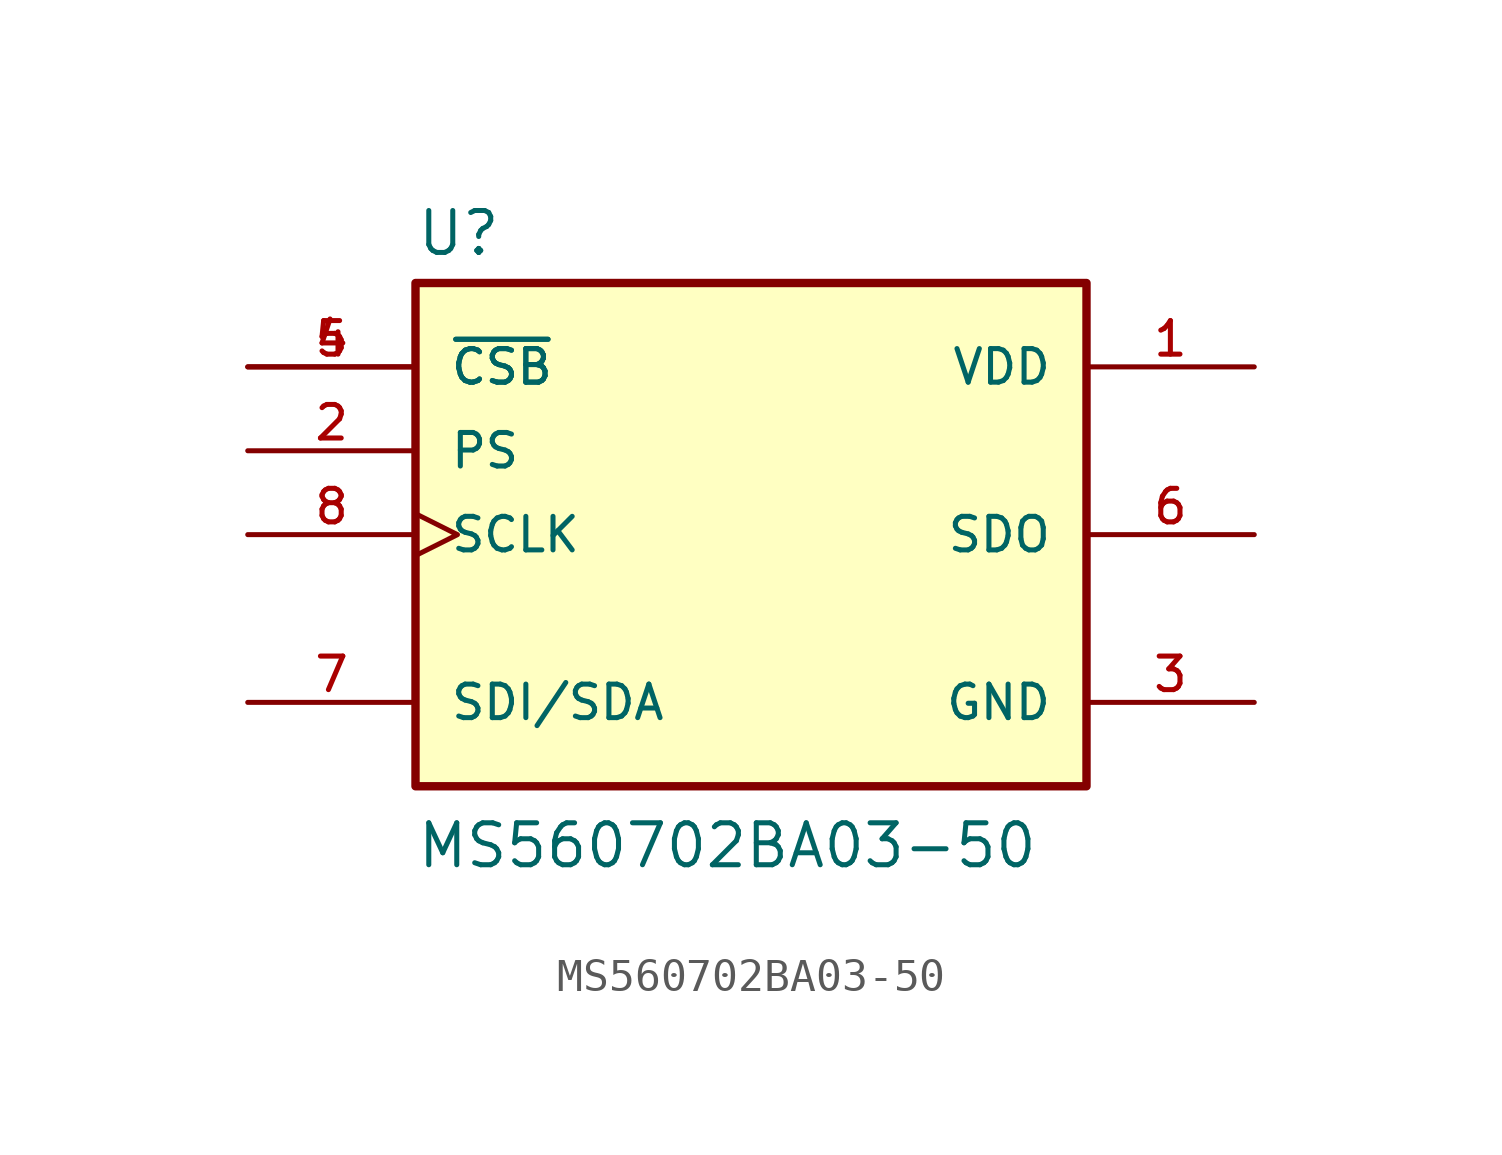
<source format=kicad_sym>
(kicad_symbol_lib
  (version 20211014)
  (generator kicad_symbol_editor)
  (symbol "MS560702BA03-50"
    (pin_names
      (offset 1.016))
    (property "Reference" "U"
      (at -10.16 8.382 0)
      (effects (font (size 1.27 1.27)) (justify left bottom)))
    (property "Value" "MS560702BA03-50"
      (at -10.16 -10.16 0)
      (effects (font (size 1.27 1.27)) (justify left bottom)))
    (property "ki_locked" ""
      (at 0 0 0)
      (effects (font (size 1.27 1.27))))
    (symbol "MS560702BA03-50_0_0"
      (rectangle (start -10.16 -7.62) (end 10.16 7.62) (stroke (width 0.254) (type default) (color 0 0 0 0)) (fill (type background)))
      (pin power_in line (at 15.24 5.08 180) (length 5.08) (name "VDD" (effects (font (size 1.016 1.016)))) (number "1" (effects (font (size 1.016 1.016)))))
      (pin input line (at -15.24 2.54 0) (length 5.08) (name "PS" (effects (font (size 1.016 1.016)))) (number "2" (effects (font (size 1.016 1.016)))))
      (pin power_in line (at 15.24 -5.08 180) (length 5.08) (name "GND" (effects (font (size 1.016 1.016)))) (number "3" (effects (font (size 1.016 1.016)))))
      (pin input line (at -15.24 5.08 0) (length 5.08) (name "~{CSB}" (effects (font (size 1.016 1.016)))) (number "4" (effects (font (size 1.016 1.016)))))
      (pin input line (at -15.24 5.08 0) (length 5.08) (name "~{CSB}" (effects (font (size 1.016 1.016)))) (number "5" (effects (font (size 1.016 1.016)))))
      (pin output line (at 15.24 0 180) (length 5.08) (name "SDO" (effects (font (size 1.016 1.016)))) (number "6" (effects (font (size 1.016 1.016)))))
      (pin bidirectional line (at -15.24 -5.08 0) (length 5.08) (name "SDI/SDA" (effects (font (size 1.016 1.016)))) (number "7" (effects (font (size 1.016 1.016)))))
      (pin input clock (at -15.24 0 0) (length 5.08) (name "SCLK" (effects (font (size 1.016 1.016)))) (number "8" (effects (font (size 1.016 1.016))))))))
</source>
